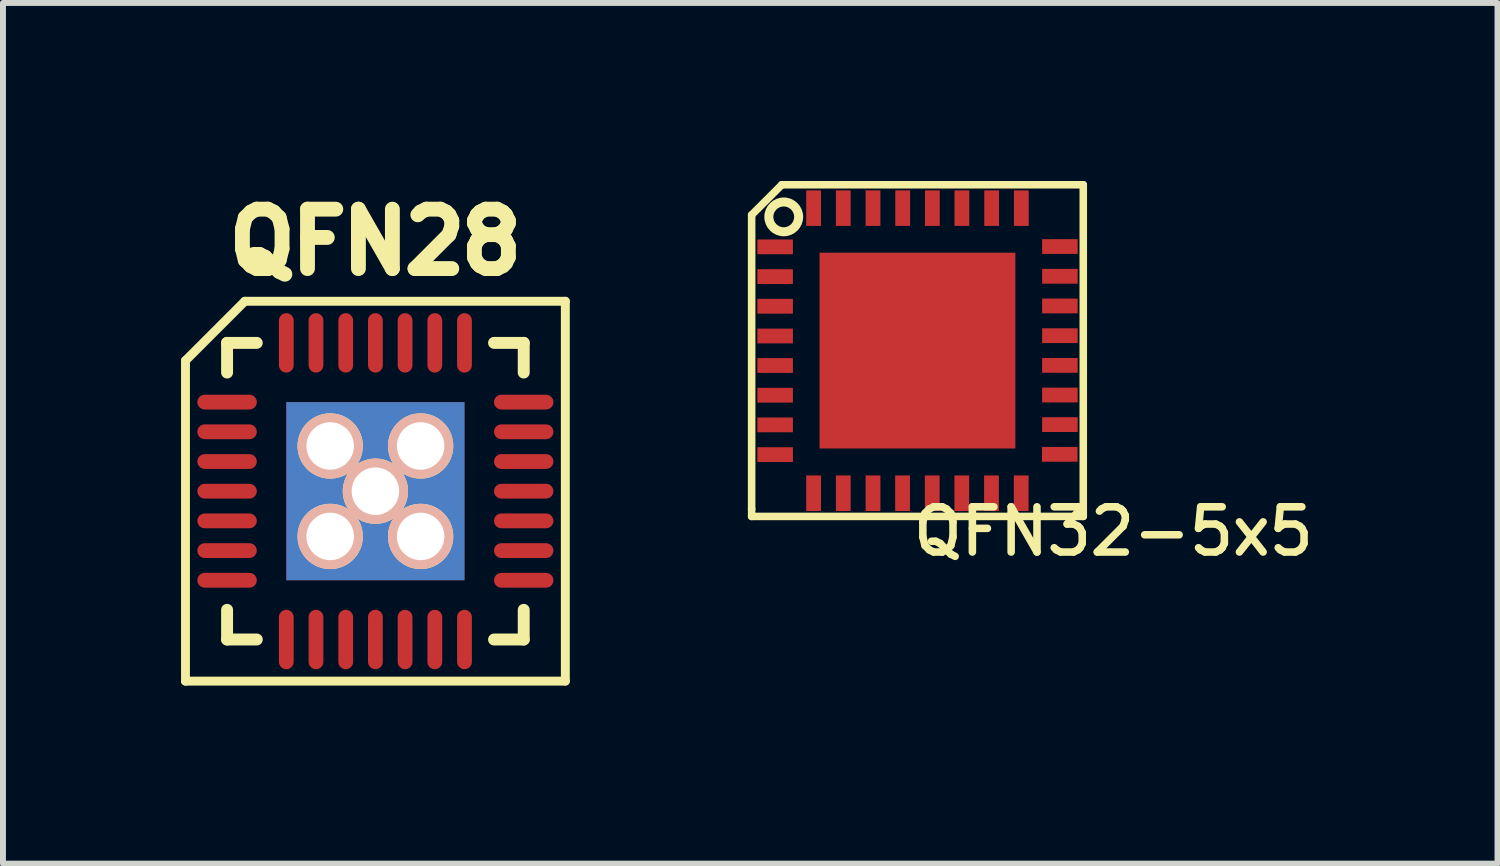
<source format=kicad_pcb>
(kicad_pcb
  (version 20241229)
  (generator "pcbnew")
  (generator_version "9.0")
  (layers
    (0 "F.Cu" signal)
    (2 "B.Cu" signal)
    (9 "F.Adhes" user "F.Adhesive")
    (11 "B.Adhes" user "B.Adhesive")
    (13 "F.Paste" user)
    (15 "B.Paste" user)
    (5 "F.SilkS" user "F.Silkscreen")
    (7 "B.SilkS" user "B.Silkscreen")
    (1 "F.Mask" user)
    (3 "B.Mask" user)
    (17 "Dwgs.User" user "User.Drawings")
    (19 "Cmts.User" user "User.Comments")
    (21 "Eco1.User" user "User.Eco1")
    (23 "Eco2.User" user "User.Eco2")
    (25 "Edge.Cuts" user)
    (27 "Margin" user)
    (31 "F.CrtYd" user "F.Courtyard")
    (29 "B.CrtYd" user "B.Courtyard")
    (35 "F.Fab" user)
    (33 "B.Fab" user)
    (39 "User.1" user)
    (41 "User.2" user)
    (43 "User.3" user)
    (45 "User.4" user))
  (footprint "QFN32-5x5"
    (layer "F.Cu")
    (at 12.408 2.857)
    (property "Reference" "QFN32-5x5" (at 3.302 3.048 0) (layer "F.SilkS") (effects (font (size 0.762 0.762) (thickness 0.127))))
    (attr smd)
    (fp_line (start -2.794 -2.286) (end -2.286 -2.794) (stroke (width 0.127) (type solid)) (layer "F.SilkS"))
    (fp_line (start -2.794 2.667) (end -2.794 -2.286) (stroke (width 0.127) (type solid)) (layer "F.SilkS"))
    (fp_line (start -2.794 2.794) (end -2.794 2.667) (stroke (width 0.127) (type solid)) (layer "F.SilkS"))
    (fp_line (start -2.286 -2.794) (end 2.794 -2.794) (stroke (width 0.127) (type solid)) (layer "F.SilkS"))
    (fp_line (start 2.794 -2.794) (end 2.794 2.794) (stroke (width 0.127) (type solid)) (layer "F.SilkS"))
    (fp_line (start 2.794 2.794) (end -2.794 2.794) (stroke (width 0.127) (type solid)) (layer "F.SilkS"))
    (fp_circle (center -2.253 -2.253) (end -2.253 -2.504) (stroke (width 0.152) (type solid)) (fill no) (layer "F.SilkS"))
    (pad "1" smd rect (at -2.398 -1.748) (size 0.599 0.249) (layers "F.Cu" "F.Mask" "F.Paste"))
    (pad "2" smd rect (at -2.398 -1.247) (size 0.599 0.249) (layers "F.Cu" "F.Mask" "F.Paste"))
    (pad "3" smd rect (at -2.398 -0.747) (size 0.599 0.249) (layers "F.Cu" "F.Mask" "F.Paste"))
    (pad "4" smd rect (at -2.398 -0.246) (size 0.599 0.249) (layers "F.Cu" "F.Mask" "F.Paste"))
    (pad "5" smd rect (at -2.398 0.251) (size 0.599 0.249) (layers "F.Cu" "F.Mask" "F.Paste"))
    (pad "6" smd rect (at -2.398 0.752) (size 0.599 0.249) (layers "F.Cu" "F.Mask" "F.Paste"))
    (pad "7" smd rect (at -2.398 1.252) (size 0.599 0.249) (layers "F.Cu" "F.Mask" "F.Paste"))
    (pad "8" smd rect (at -2.398 1.753) (size 0.599 0.249) (layers "F.Cu" "F.Mask" "F.Paste"))
    (pad "9" smd rect (at -1.75 2.403) (size 0.249 0.599) (layers "F.Cu" "F.Mask" "F.Paste"))
    (pad "10" smd rect (at -1.25 2.403) (size 0.249 0.599) (layers "F.Cu" "F.Mask" "F.Paste"))
    (pad "11" smd rect (at -0.749 2.403) (size 0.249 0.599) (layers "F.Cu" "F.Mask" "F.Paste"))
    (pad "12" smd rect (at -0.251 2.403) (size 0.249 0.599) (layers "F.Cu" "F.Mask" "F.Paste"))
    (pad "13" smd rect (at 0.249 2.403) (size 0.249 0.599) (layers "F.Cu" "F.Mask" "F.Paste"))
    (pad "14" smd rect (at 0.747 2.403) (size 0.249 0.599) (layers "F.Cu" "F.Mask" "F.Paste"))
    (pad "15" smd rect (at 1.247 2.403) (size 0.249 0.599) (layers "F.Cu" "F.Mask" "F.Paste"))
    (pad "16" smd rect (at 1.748 2.403) (size 0.249 0.599) (layers "F.Cu" "F.Mask" "F.Paste"))
    (pad "17" smd rect (at 2.398 1.748) (size 0.599 0.249) (layers "F.Cu" "F.Mask" "F.Paste"))
    (pad "18" smd rect (at 2.4 1.247) (size 0.599 0.249) (layers "F.Cu" "F.Mask" "F.Paste"))
    (pad "19" smd rect (at 2.4 0.749) (size 0.599 0.249) (layers "F.Cu" "F.Mask" "F.Paste"))
    (pad "20" smd rect (at 2.4 0.249) (size 0.599 0.249) (layers "F.Cu" "F.Mask" "F.Paste"))
    (pad "21" smd rect (at 2.4 -0.251) (size 0.599 0.249) (layers "F.Cu" "F.Mask" "F.Paste"))
    (pad "22" smd rect (at 2.4 -0.752) (size 0.599 0.249) (layers "F.Cu" "F.Mask" "F.Paste"))
    (pad "23" smd rect (at 2.4 -1.252) (size 0.599 0.249) (layers "F.Cu" "F.Mask" "F.Paste"))
    (pad "24" smd rect (at 2.4 -1.753) (size 0.599 0.249) (layers "F.Cu" "F.Mask" "F.Paste"))
    (pad "25" smd rect (at 1.75 -2.4) (size 0.249 0.599) (layers "F.Cu" "F.Mask" "F.Paste"))
    (pad "26" smd rect (at 1.25 -2.4) (size 0.249 0.599) (layers "F.Cu" "F.Mask" "F.Paste"))
    (pad "27" smd rect (at 0.749 -2.4) (size 0.249 0.599) (layers "F.Cu" "F.Mask" "F.Paste"))
    (pad "28" smd rect (at 0.251 -2.4) (size 0.249 0.599) (layers "F.Cu" "F.Mask" "F.Paste"))
    (pad "29" smd rect (at -0.249 -2.4) (size 0.249 0.599) (layers "F.Cu" "F.Mask" "F.Paste"))
    (pad "30" smd rect (at -0.749 -2.4) (size 0.249 0.599) (layers "F.Cu" "F.Mask" "F.Paste"))
    (pad "31" smd rect (at -1.25 -2.4) (size 0.249 0.599) (layers "F.Cu" "F.Mask" "F.Paste"))
    (pad "32" smd rect (at -1.75 -2.4) (size 0.249 0.599) (layers "F.Cu" "F.Mask" "F.Paste"))
    (pad "33" smd rect (at 0 0) (size 3.299 3.299) (layers "F.Cu" "F.Mask" "F.Paste")))
  (footprint "QFN28"
    (layer "F.Cu")
    (at 3.275 5.226)
    (property "Reference" "QFN28" (at 0 -4.201 0) (layer "F.SilkS") (effects (font (size 1.001 1.001) (thickness 0.305))))
    (attr through_hole)
    (fp_line (start -3.2 -2.2) (end -3.2 3.2) (stroke (width 0.15) (type solid)) (layer "F.SilkS"))
    (fp_line (start -3.2 3.2) (end 3.2 3.2) (stroke (width 0.15) (type solid)) (layer "F.SilkS"))
    (fp_line (start -2.499 -2.499) (end -2.499 -1.999) (stroke (width 0.201) (type solid)) (layer "F.SilkS"))
    (fp_line (start -2.499 1.999) (end -2.499 2.499) (stroke (width 0.201) (type solid)) (layer "F.SilkS"))
    (fp_line (start -2.499 2.499) (end -1.999 2.499) (stroke (width 0.201) (type solid)) (layer "F.SilkS"))
    (fp_line (start -2.2 -3.2) (end -3.2 -2.2) (stroke (width 0.15) (type solid)) (layer "F.SilkS"))
    (fp_line (start -1.999 -2.499) (end -2.499 -2.499) (stroke (width 0.201) (type solid)) (layer "F.SilkS"))
    (fp_line (start 1.999 2.499) (end 2.499 2.499) (stroke (width 0.201) (type solid)) (layer "F.SilkS"))
    (fp_line (start 2.499 -2.499) (end 1.999 -2.499) (stroke (width 0.201) (type solid)) (layer "F.SilkS"))
    (fp_line (start 2.499 -1.999) (end 2.499 -2.499) (stroke (width 0.201) (type solid)) (layer "F.SilkS"))
    (fp_line (start 2.499 2.499) (end 2.499 1.999) (stroke (width 0.201) (type solid)) (layer "F.SilkS"))
    (fp_line (start 3.2 -3.2) (end -2.2 -3.2) (stroke (width 0.15) (type solid)) (layer "F.SilkS"))
    (fp_line (start 3.2 3.2) (end 3.2 -3.2) (stroke (width 0.15) (type solid)) (layer "F.SilkS"))
    (pad "" np_thru_hole circle (at -0.762 -0.762 270) (size 1.1 1.1) (drill 0.8) (layers "*.Cu" "*.SilkS" "*.Mask"))
    (pad "" np_thru_hole circle (at -0.762 0.762 270) (size 1.1 1.1) (drill 0.8) (layers "*.Cu" "*.SilkS" "*.Mask"))
    (pad "" np_thru_hole circle (at 0 0 270) (size 1.1 1.1) (drill 0.8) (layers "*.Cu" "*.SilkS" "*.Mask"))
    (pad "" smd rect (at 0 0 270) (size 3 3) (layers "*.Cu" "F.Mask" "F.Paste"))
    (pad "" np_thru_hole circle (at 0.762 -0.762 270) (size 1.1 1.1) (drill 0.8) (layers "*.Cu" "*.SilkS" "*.Mask"))
    (pad "" np_thru_hole circle (at 0.762 0.762 270) (size 1.1 1.1) (drill 0.8) (layers "*.Cu" "*.SilkS" "*.Mask"))
    (pad "1" smd oval (at -2.499 -1.501) (size 1.001 0.249) (layers "F.Cu" "F.Mask" "F.Paste"))
    (pad "2" smd oval (at -2.499 -1.001) (size 1.001 0.249) (layers "F.Cu" "F.Mask" "F.Paste"))
    (pad "3" smd oval (at -2.499 -0.5) (size 1.001 0.249) (layers "F.Cu" "F.Mask" "F.Paste"))
    (pad "4" smd oval (at -2.499 0) (size 1.001 0.249) (layers "F.Cu" "F.Mask" "F.Paste"))
    (pad "5" smd oval (at -2.499 0.5) (size 1.001 0.249) (layers "F.Cu" "F.Mask" "F.Paste"))
    (pad "6" smd oval (at -2.499 1.001) (size 1.001 0.249) (layers "F.Cu" "F.Mask" "F.Paste"))
    (pad "7" smd oval (at -2.499 1.501) (size 1.001 0.249) (layers "F.Cu" "F.Mask" "F.Paste"))
    (pad "8" smd oval (at -1.501 2.499 90) (size 1.001 0.249) (layers "F.Cu" "F.Mask" "F.Paste"))
    (pad "9" smd oval (at -1.001 2.499 90) (size 1.001 0.249) (layers "F.Cu" "F.Mask" "F.Paste"))
    (pad "10" smd oval (at -0.5 2.499 90) (size 1.001 0.249) (layers "F.Cu" "F.Mask" "F.Paste"))
    (pad "11" smd oval (at 0 2.499 90) (size 1.001 0.249) (layers "F.Cu" "F.Mask" "F.Paste"))
    (pad "12" smd oval (at 0.5 2.499 90) (size 1.001 0.249) (layers "F.Cu" "F.Mask" "F.Paste"))
    (pad "13" smd oval (at 1.001 2.499 90) (size 1.001 0.249) (layers "F.Cu" "F.Mask" "F.Paste"))
    (pad "14" smd oval (at 1.501 2.499 90) (size 1.001 0.249) (layers "F.Cu" "F.Mask" "F.Paste"))
    (pad "15" smd oval (at 2.499 1.501 180) (size 1.001 0.249) (layers "F.Cu" "F.Mask" "F.Paste"))
    (pad "16" smd oval (at 2.499 1.001 180) (size 1.001 0.249) (layers "F.Cu" "F.Mask" "F.Paste"))
    (pad "17" smd oval (at 2.499 0.5 180) (size 1.001 0.249) (layers "F.Cu" "F.Mask" "F.Paste"))
    (pad "18" smd oval (at 2.499 0 180) (size 1.001 0.249) (layers "F.Cu" "F.Mask" "F.Paste"))
    (pad "19" smd oval (at 2.499 -0.5 180) (size 1.001 0.249) (layers "F.Cu" "F.Mask" "F.Paste"))
    (pad "20" smd oval (at 2.499 -1.001 180) (size 1.001 0.249) (layers "F.Cu" "F.Mask" "F.Paste"))
    (pad "21" smd oval (at 2.499 -1.501 180) (size 1.001 0.249) (layers "F.Cu" "F.Mask" "F.Paste"))
    (pad "22" smd oval (at 1.501 -2.499 270) (size 1.001 0.249) (layers "F.Cu" "F.Mask" "F.Paste"))
    (pad "23" smd oval (at 1.001 -2.499 270) (size 1.001 0.249) (layers "F.Cu" "F.Mask" "F.Paste"))
    (pad "24" smd oval (at 0.5 -2.499 270) (size 1.001 0.249) (layers "F.Cu" "F.Mask" "F.Paste"))
    (pad "25" smd oval (at 0 -2.499 270) (size 1.001 0.249) (layers "F.Cu" "F.Mask" "F.Paste"))
    (pad "26" smd oval (at -0.5 -2.499 270) (size 1.001 0.249) (layers "F.Cu" "F.Mask" "F.Paste"))
    (pad "27" smd oval (at -1.001 -2.499 270) (size 1.001 0.249) (layers "F.Cu" "F.Mask" "F.Paste"))
    (pad "28" smd oval (at -1.501 -2.499 270) (size 1.001 0.249) (layers "F.Cu" "F.Mask" "F.Paste")))
  (gr_rect
    (start -3 -3)
    (end 22.181 11.501)
    (stroke (width 0.1) (type default))
    (fill no)
    (layer "Edge.Cuts")))
</source>
